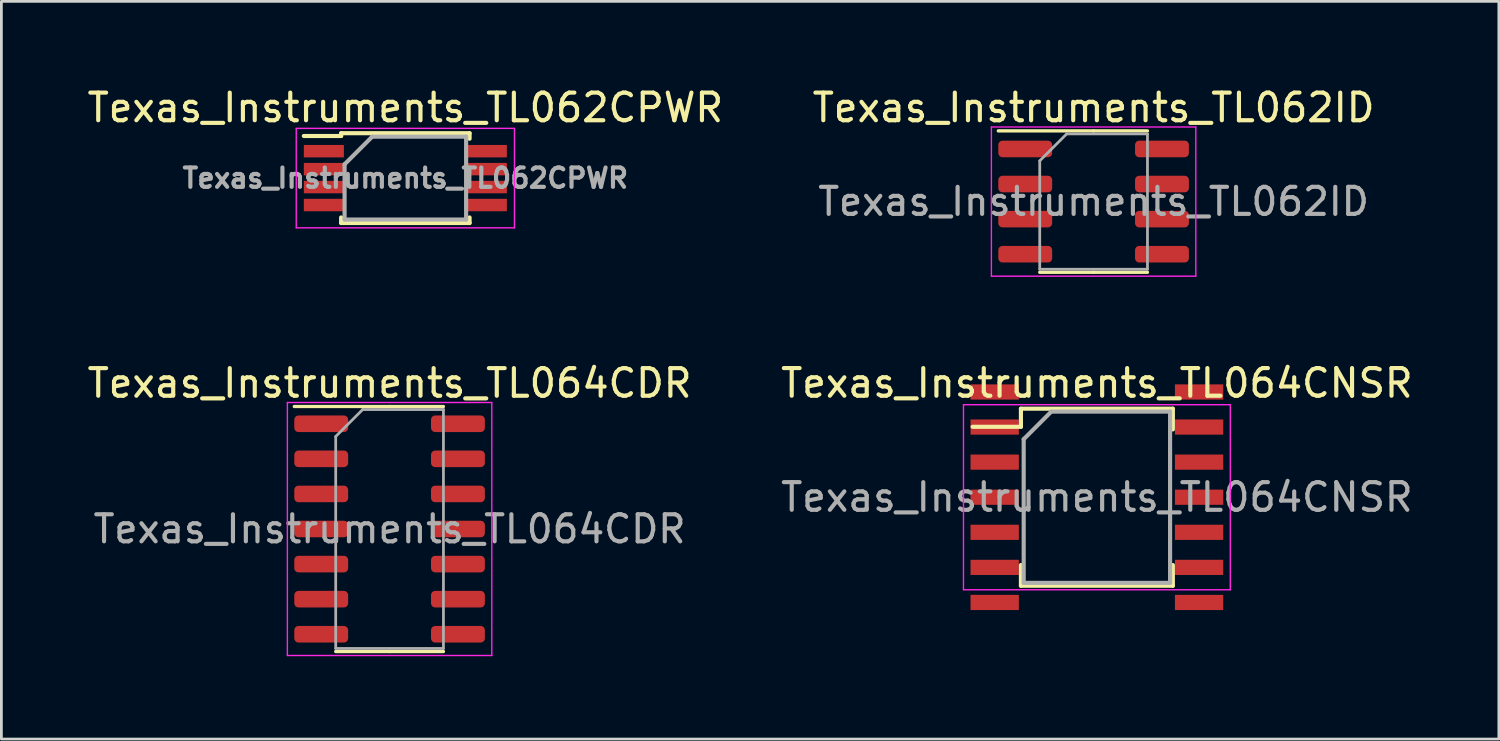
<source format=kicad_pcb>
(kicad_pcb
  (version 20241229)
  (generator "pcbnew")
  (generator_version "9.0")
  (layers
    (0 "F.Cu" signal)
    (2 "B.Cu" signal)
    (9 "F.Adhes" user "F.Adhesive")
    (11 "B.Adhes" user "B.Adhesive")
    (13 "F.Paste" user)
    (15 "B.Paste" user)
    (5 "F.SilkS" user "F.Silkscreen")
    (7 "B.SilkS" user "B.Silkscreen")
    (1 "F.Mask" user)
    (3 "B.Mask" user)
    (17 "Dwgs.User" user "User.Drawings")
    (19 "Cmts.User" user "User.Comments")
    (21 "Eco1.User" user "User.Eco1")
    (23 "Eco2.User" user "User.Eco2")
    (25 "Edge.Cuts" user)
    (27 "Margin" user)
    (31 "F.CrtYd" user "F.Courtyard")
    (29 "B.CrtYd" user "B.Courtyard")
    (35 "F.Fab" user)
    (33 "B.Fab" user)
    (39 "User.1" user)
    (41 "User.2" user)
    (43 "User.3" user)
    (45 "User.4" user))
  (footprint "Texas_Instruments_TL062CPWR"
    (layer "F.Cu")
    (at 11.625 3.398)
    (property "Reference" "Texas_Instruments_TL062CPWR" (at 0 -2.55 0) (layer "F.SilkS") (effects (font (size 1 1) (thickness 0.15))))
    (attr smd)
    (fp_line (start -2.325 -1.625) (end -2.325 -1.525) (stroke (width 0.15) (type solid)) (layer "F.SilkS"))
    (fp_line (start -2.325 -1.625) (end 2.325 -1.625) (stroke (width 0.15) (type solid)) (layer "F.SilkS"))
    (fp_line (start -2.325 -1.525) (end -3.675 -1.525) (stroke (width 0.15) (type solid)) (layer "F.SilkS"))
    (fp_line (start -2.325 1.625) (end -2.325 1.425) (stroke (width 0.15) (type solid)) (layer "F.SilkS"))
    (fp_line (start -2.325 1.625) (end 2.325 1.625) (stroke (width 0.15) (type solid)) (layer "F.SilkS"))
    (fp_line (start 2.325 -1.625) (end 2.325 -1.425) (stroke (width 0.15) (type solid)) (layer "F.SilkS"))
    (fp_line (start 2.325 1.625) (end 2.325 1.425) (stroke (width 0.15) (type solid)) (layer "F.SilkS"))
    (fp_line (start -3.95 -1.8) (end -3.95 1.8) (stroke (width 0.05) (type solid)) (layer "F.CrtYd"))
    (fp_line (start -3.95 -1.8) (end 3.95 -1.8) (stroke (width 0.05) (type solid)) (layer "F.CrtYd"))
    (fp_line (start -3.95 1.8) (end 3.95 1.8) (stroke (width 0.05) (type solid)) (layer "F.CrtYd"))
    (fp_line (start 3.95 -1.8) (end 3.95 1.8) (stroke (width 0.05) (type solid)) (layer "F.CrtYd"))
    (fp_line (start -2.2 -0.5) (end -1.2 -1.5) (stroke (width 0.15) (type solid)) (layer "F.Fab"))
    (fp_line (start -2.2 1.5) (end -2.2 -0.5) (stroke (width 0.15) (type solid)) (layer "F.Fab"))
    (fp_line (start -1.2 -1.5) (end 2.2 -1.5) (stroke (width 0.15) (type solid)) (layer "F.Fab"))
    (fp_line (start 2.2 -1.5) (end 2.2 1.5) (stroke (width 0.15) (type solid)) (layer "F.Fab"))
    (fp_line (start 2.2 1.5) (end -2.2 1.5) (stroke (width 0.15) (type solid)) (layer "F.Fab"))
    (fp_text user "${REFERENCE}" (at 0 0 0) (layer "F.Fab") (effects (font (size 0.7 0.7) (thickness 0.15))))
    (pad "1" smd rect (at -2.95 -0.975) (size 1.45 0.45) (layers "F.Cu" "F.Mask" "F.Paste"))
    (pad "2" smd rect (at -2.95 -0.325) (size 1.45 0.45) (layers "F.Cu" "F.Mask" "F.Paste"))
    (pad "3" smd rect (at -2.95 0.325) (size 1.45 0.45) (layers "F.Cu" "F.Mask" "F.Paste"))
    (pad "4" smd rect (at -2.95 0.975) (size 1.45 0.45) (layers "F.Cu" "F.Mask" "F.Paste"))
    (pad "5" smd rect (at 2.95 0.975) (size 1.45 0.45) (layers "F.Cu" "F.Mask" "F.Paste"))
    (pad "6" smd rect (at 2.95 0.325) (size 1.45 0.45) (layers "F.Cu" "F.Mask" "F.Paste"))
    (pad "7" smd rect (at 2.95 -0.325) (size 1.45 0.45) (layers "F.Cu" "F.Mask" "F.Paste"))
    (pad "8" smd rect (at 2.95 -0.975) (size 1.45 0.45) (layers "F.Cu" "F.Mask" "F.Paste")))
  (footprint "Texas_Instruments_TL062ID"
    (layer "F.Cu")
    (at 36.542 4.248)
    (property "Reference" "Texas_Instruments_TL062ID" (at 0 -3.4 0) (layer "F.SilkS") (effects (font (size 1 1) (thickness 0.15))))
    (attr smd)
    (fp_line (start 0 -2.56) (end -3.45 -2.56) (stroke (width 0.12) (type solid)) (layer "F.SilkS"))
    (fp_line (start 0 -2.56) (end 1.95 -2.56) (stroke (width 0.12) (type solid)) (layer "F.SilkS"))
    (fp_line (start 0 2.56) (end -1.95 2.56) (stroke (width 0.12) (type solid)) (layer "F.SilkS"))
    (fp_line (start 0 2.56) (end 1.95 2.56) (stroke (width 0.12) (type solid)) (layer "F.SilkS"))
    (fp_line (start -3.7 -2.7) (end -3.7 2.7) (stroke (width 0.05) (type solid)) (layer "F.CrtYd"))
    (fp_line (start -3.7 2.7) (end 3.7 2.7) (stroke (width 0.05) (type solid)) (layer "F.CrtYd"))
    (fp_line (start 3.7 -2.7) (end -3.7 -2.7) (stroke (width 0.05) (type solid)) (layer "F.CrtYd"))
    (fp_line (start 3.7 2.7) (end 3.7 -2.7) (stroke (width 0.05) (type solid)) (layer "F.CrtYd"))
    (fp_line (start -1.95 -1.475) (end -0.975 -2.45) (stroke (width 0.1) (type solid)) (layer "F.Fab"))
    (fp_line (start -1.95 2.45) (end -1.95 -1.475) (stroke (width 0.1) (type solid)) (layer "F.Fab"))
    (fp_line (start -0.975 -2.45) (end 1.95 -2.45) (stroke (width 0.1) (type solid)) (layer "F.Fab"))
    (fp_line (start 1.95 -2.45) (end 1.95 2.45) (stroke (width 0.1) (type solid)) (layer "F.Fab"))
    (fp_line (start 1.95 2.45) (end -1.95 2.45) (stroke (width 0.1) (type solid)) (layer "F.Fab"))
    (fp_text user "${REFERENCE}" (at 0 0 0) (layer "F.Fab") (effects (font (size 0.98 0.98) (thickness 0.15))))
    (pad "1" smd roundrect (at -2.475 -1.905) (size 1.95 0.6) (layers "F.Cu" "F.Mask" "F.Paste") (roundrect_rratio 0.25))
    (pad "2" smd roundrect (at -2.475 -0.635) (size 1.95 0.6) (layers "F.Cu" "F.Mask" "F.Paste") (roundrect_rratio 0.25))
    (pad "3" smd roundrect (at -2.475 0.635) (size 1.95 0.6) (layers "F.Cu" "F.Mask" "F.Paste") (roundrect_rratio 0.25))
    (pad "4" smd roundrect (at -2.475 1.905) (size 1.95 0.6) (layers "F.Cu" "F.Mask" "F.Paste") (roundrect_rratio 0.25))
    (pad "5" smd roundrect (at 2.475 1.905) (size 1.95 0.6) (layers "F.Cu" "F.Mask" "F.Paste") (roundrect_rratio 0.25))
    (pad "6" smd roundrect (at 2.475 0.635) (size 1.95 0.6) (layers "F.Cu" "F.Mask" "F.Paste") (roundrect_rratio 0.25))
    (pad "7" smd roundrect (at 2.475 -0.635) (size 1.95 0.6) (layers "F.Cu" "F.Mask" "F.Paste") (roundrect_rratio 0.25))
    (pad "8" smd roundrect (at 2.475 -1.905) (size 1.95 0.6) (layers "F.Cu" "F.Mask" "F.Paste") (roundrect_rratio 0.25)))
  (footprint "Texas_Instruments_TL064CNSR"
    (layer "F.Cu")
    (at 36.661 14.951)
    (property "Reference" "Texas_Instruments_TL064CNSR" (at 0 -4.13 0) (layer "F.SilkS") (effects (font (size 1 1) (thickness 0.15))))
    (attr smd)
    (fp_line (start -2.75 -3.205) (end -2.75 -2.55) (stroke (width 0.15) (type solid)) (layer "F.SilkS"))
    (fp_line (start -2.75 -3.205) (end 2.75 -3.205) (stroke (width 0.15) (type solid)) (layer "F.SilkS"))
    (fp_line (start -2.75 -2.55) (end -4.5 -2.55) (stroke (width 0.15) (type solid)) (layer "F.SilkS"))
    (fp_line (start -2.75 3.205) (end -2.75 2.455) (stroke (width 0.15) (type solid)) (layer "F.SilkS"))
    (fp_line (start -2.75 3.205) (end 2.75 3.205) (stroke (width 0.15) (type solid)) (layer "F.SilkS"))
    (fp_line (start 2.75 -3.205) (end 2.75 -2.455) (stroke (width 0.15) (type solid)) (layer "F.SilkS"))
    (fp_line (start 2.75 3.205) (end 2.75 2.455) (stroke (width 0.15) (type solid)) (layer "F.SilkS"))
    (fp_line (start -4.83 -3.35) (end -4.83 3.35) (stroke (width 0.05) (type solid)) (layer "F.CrtYd"))
    (fp_line (start -4.83 -3.35) (end 4.83 -3.35) (stroke (width 0.05) (type solid)) (layer "F.CrtYd"))
    (fp_line (start -4.83 3.35) (end 4.83 3.35) (stroke (width 0.05) (type solid)) (layer "F.CrtYd"))
    (fp_line (start 4.83 -3.35) (end 4.83 3.35) (stroke (width 0.05) (type solid)) (layer "F.CrtYd"))
    (fp_line (start -2.65 -2.1) (end -1.65 -3.1) (stroke (width 0.15) (type solid)) (layer "F.Fab"))
    (fp_line (start -2.65 3.1) (end -2.65 -2.1) (stroke (width 0.15) (type solid)) (layer "F.Fab"))
    (fp_line (start -1.65 -3.1) (end 2.65 -3.1) (stroke (width 0.15) (type solid)) (layer "F.Fab"))
    (fp_line (start 2.65 -3.1) (end 2.65 3.1) (stroke (width 0.15) (type solid)) (layer "F.Fab"))
    (fp_line (start 2.65 3.1) (end -2.65 3.1) (stroke (width 0.15) (type solid)) (layer "F.Fab"))
    (fp_text user "${REFERENCE}" (at 0 0 0) (layer "F.Fab") (effects (font (size 1 1) (thickness 0.15))))
    (pad "1" smd rect (at -3.7 -3.81) (size 1.75 0.55) (layers "F.Cu" "F.Mask" "F.Paste"))
    (pad "2" smd rect (at -3.7 -2.54) (size 1.75 0.55) (layers "F.Cu" "F.Mask" "F.Paste"))
    (pad "3" smd rect (at -3.7 -1.27) (size 1.75 0.55) (layers "F.Cu" "F.Mask" "F.Paste"))
    (pad "4" smd rect (at -3.7 0) (size 1.75 0.55) (layers "F.Cu" "F.Mask" "F.Paste"))
    (pad "5" smd rect (at -3.7 1.27) (size 1.75 0.55) (layers "F.Cu" "F.Mask" "F.Paste"))
    (pad "6" smd rect (at -3.7 2.54) (size 1.75 0.55) (layers "F.Cu" "F.Mask" "F.Paste"))
    (pad "7" smd rect (at -3.7 3.81) (size 1.75 0.55) (layers "F.Cu" "F.Mask" "F.Paste"))
    (pad "8" smd rect (at 3.7 3.81) (size 1.75 0.55) (layers "F.Cu" "F.Mask" "F.Paste"))
    (pad "9" smd rect (at 3.7 2.54) (size 1.75 0.55) (layers "F.Cu" "F.Mask" "F.Paste"))
    (pad "10" smd rect (at 3.7 1.27) (size 1.75 0.55) (layers "F.Cu" "F.Mask" "F.Paste"))
    (pad "11" smd rect (at 3.7 0) (size 1.75 0.55) (layers "F.Cu" "F.Mask" "F.Paste"))
    (pad "12" smd rect (at 3.7 -1.27) (size 1.75 0.55) (layers "F.Cu" "F.Mask" "F.Paste"))
    (pad "13" smd rect (at 3.7 -2.54) (size 1.75 0.55) (layers "F.Cu" "F.Mask" "F.Paste"))
    (pad "14" smd rect (at 3.7 -3.81) (size 1.75 0.55) (layers "F.Cu" "F.Mask" "F.Paste")))
  (footprint "Texas_Instruments_TL064CDR"
    (layer "F.Cu")
    (at 11.054 16.102)
    (property "Reference" "Texas_Instruments_TL064CDR" (at 0 -5.28 0) (layer "F.SilkS") (effects (font (size 1 1) (thickness 0.15))))
    (attr smd)
    (fp_line (start 0 -4.435) (end -3.45 -4.435) (stroke (width 0.12) (type solid)) (layer "F.SilkS"))
    (fp_line (start 0 -4.435) (end 1.95 -4.435) (stroke (width 0.12) (type solid)) (layer "F.SilkS"))
    (fp_line (start 0 4.435) (end -1.95 4.435) (stroke (width 0.12) (type solid)) (layer "F.SilkS"))
    (fp_line (start 0 4.435) (end 1.95 4.435) (stroke (width 0.12) (type solid)) (layer "F.SilkS"))
    (fp_line (start -3.7 -4.58) (end -3.7 4.58) (stroke (width 0.05) (type solid)) (layer "F.CrtYd"))
    (fp_line (start -3.7 4.58) (end 3.7 4.58) (stroke (width 0.05) (type solid)) (layer "F.CrtYd"))
    (fp_line (start 3.7 -4.58) (end -3.7 -4.58) (stroke (width 0.05) (type solid)) (layer "F.CrtYd"))
    (fp_line (start 3.7 4.58) (end 3.7 -4.58) (stroke (width 0.05) (type solid)) (layer "F.CrtYd"))
    (fp_line (start -1.95 -3.35) (end -0.975 -4.325) (stroke (width 0.1) (type solid)) (layer "F.Fab"))
    (fp_line (start -1.95 4.325) (end -1.95 -3.35) (stroke (width 0.1) (type solid)) (layer "F.Fab"))
    (fp_line (start -0.975 -4.325) (end 1.95 -4.325) (stroke (width 0.1) (type solid)) (layer "F.Fab"))
    (fp_line (start 1.95 -4.325) (end 1.95 4.325) (stroke (width 0.1) (type solid)) (layer "F.Fab"))
    (fp_line (start 1.95 4.325) (end -1.95 4.325) (stroke (width 0.1) (type solid)) (layer "F.Fab"))
    (fp_text user "${REFERENCE}" (at 0 0 0) (layer "F.Fab") (effects (font (size 0.98 0.98) (thickness 0.15))))
    (pad "1" smd roundrect (at -2.475 -3.81) (size 1.95 0.6) (layers "F.Cu" "F.Mask" "F.Paste") (roundrect_rratio 0.25))
    (pad "2" smd roundrect (at -2.475 -2.54) (size 1.95 0.6) (layers "F.Cu" "F.Mask" "F.Paste") (roundrect_rratio 0.25))
    (pad "3" smd roundrect (at -2.475 -1.27) (size 1.95 0.6) (layers "F.Cu" "F.Mask" "F.Paste") (roundrect_rratio 0.25))
    (pad "4" smd roundrect (at -2.475 0) (size 1.95 0.6) (layers "F.Cu" "F.Mask" "F.Paste") (roundrect_rratio 0.25))
    (pad "5" smd roundrect (at -2.475 1.27) (size 1.95 0.6) (layers "F.Cu" "F.Mask" "F.Paste") (roundrect_rratio 0.25))
    (pad "6" smd roundrect (at -2.475 2.54) (size 1.95 0.6) (layers "F.Cu" "F.Mask" "F.Paste") (roundrect_rratio 0.25))
    (pad "7" smd roundrect (at -2.475 3.81) (size 1.95 0.6) (layers "F.Cu" "F.Mask" "F.Paste") (roundrect_rratio 0.25))
    (pad "8" smd roundrect (at 2.475 3.81) (size 1.95 0.6) (layers "F.Cu" "F.Mask" "F.Paste") (roundrect_rratio 0.25))
    (pad "9" smd roundrect (at 2.475 2.54) (size 1.95 0.6) (layers "F.Cu" "F.Mask" "F.Paste") (roundrect_rratio 0.25))
    (pad "10" smd roundrect (at 2.475 1.27) (size 1.95 0.6) (layers "F.Cu" "F.Mask" "F.Paste") (roundrect_rratio 0.25))
    (pad "11" smd roundrect (at 2.475 0) (size 1.95 0.6) (layers "F.Cu" "F.Mask" "F.Paste") (roundrect_rratio 0.25))
    (pad "12" smd roundrect (at 2.475 -1.27) (size 1.95 0.6) (layers "F.Cu" "F.Mask" "F.Paste") (roundrect_rratio 0.25))
    (pad "13" smd roundrect (at 2.475 -2.54) (size 1.95 0.6) (layers "F.Cu" "F.Mask" "F.Paste") (roundrect_rratio 0.25))
    (pad "14" smd roundrect (at 2.475 -3.81) (size 1.95 0.6) (layers "F.Cu" "F.Mask" "F.Paste") (roundrect_rratio 0.25)))
  (gr_rect
    (start -3 -3)
    (end 51.214 23.706)
    (stroke (width 0.1) (type default))
    (fill no)
    (layer "Edge.Cuts")))
</source>
